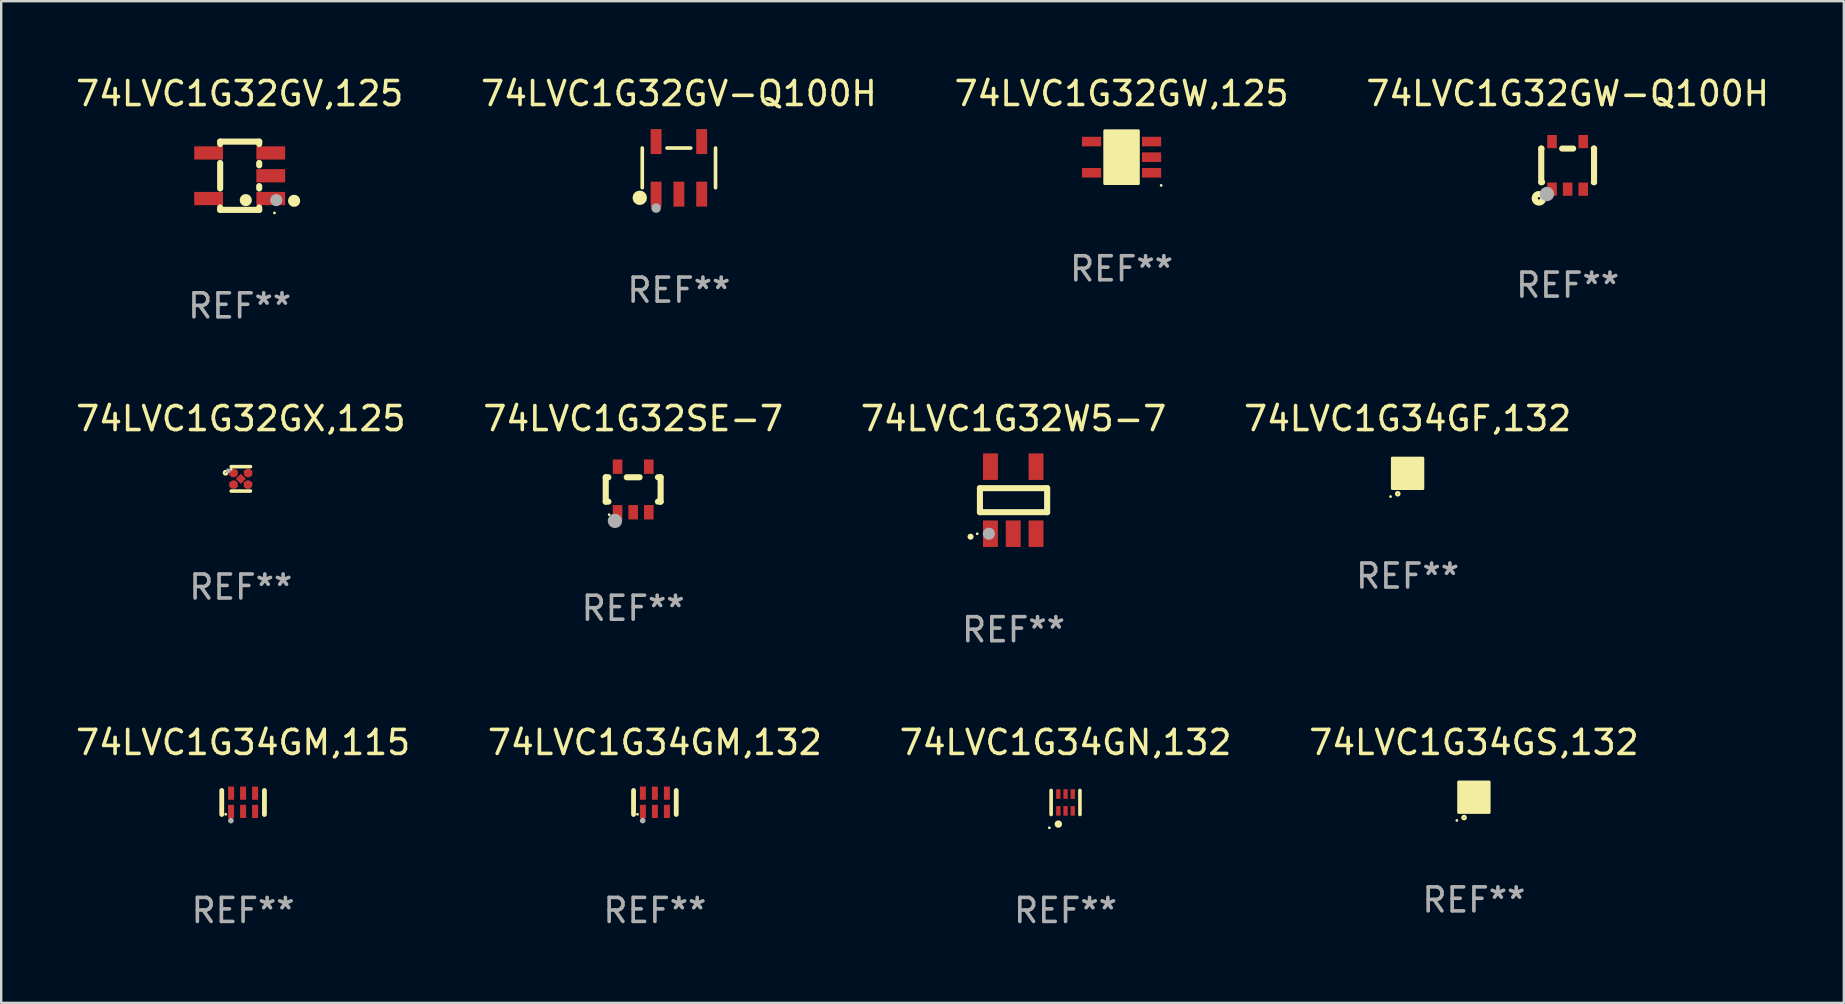
<source format=kicad_pcb>
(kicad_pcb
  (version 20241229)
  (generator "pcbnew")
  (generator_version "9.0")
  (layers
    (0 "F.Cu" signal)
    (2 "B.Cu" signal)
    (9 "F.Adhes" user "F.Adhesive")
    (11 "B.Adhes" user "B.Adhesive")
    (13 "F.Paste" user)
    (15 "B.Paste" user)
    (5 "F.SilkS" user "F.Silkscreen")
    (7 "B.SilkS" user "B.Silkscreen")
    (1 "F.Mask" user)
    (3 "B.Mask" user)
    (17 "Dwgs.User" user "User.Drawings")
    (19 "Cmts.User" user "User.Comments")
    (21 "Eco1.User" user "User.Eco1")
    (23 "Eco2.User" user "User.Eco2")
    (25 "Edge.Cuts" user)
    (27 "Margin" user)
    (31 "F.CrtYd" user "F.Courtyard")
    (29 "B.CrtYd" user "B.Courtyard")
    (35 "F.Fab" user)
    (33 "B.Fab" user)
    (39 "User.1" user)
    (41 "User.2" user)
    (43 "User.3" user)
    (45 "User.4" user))
  (footprint "74LVC1G34GS,132"
    (layer "F.Cu")
    (at 58.351 30.16)
    (property "Reference" "74LVC1G34GS,132" (at 0 -2.28 0) (layer "F.SilkS") (effects (font (size 1 1) (thickness 0.15))))
    (attr through_hole)
    (fp_circle (center -0.71 0.968) (end -0.68 0.968) (stroke (width 0.06) (type solid)) (fill no) (layer "F.SilkS"))
    (fp_circle (center -0.41 0.85) (end -0.342 0.85) (stroke (width 0.1) (type solid)) (fill no) (layer "F.SilkS"))
    (fp_poly (pts (xy -0.635 -0.635) (xy 0.635 -0.635) (xy 0.635 0.635) (xy -0.635 0.635)) (stroke (width 0.12) (type solid)) (fill yes) (layer "F.SilkS"))
    (fp_text user "REF**" (at 0 4.28 0) (layer "F.Fab") (effects (font (size 1 1) (thickness 0.15))))
    (pad "1" smd rect (at -0.35 0.28 90) (size 0.35 0.2) (layers "F.Cu" "F.Mask" "F.Paste"))
    (pad "2" smd rect (at 0 0.28 90) (size 0.35 0.2) (layers "F.Cu" "F.Mask" "F.Paste"))
    (pad "3" smd rect (at 0.35 0.28 90) (size 0.35 0.2) (layers "F.Cu" "F.Mask" "F.Paste"))
    (pad "4" smd rect (at 0.35 -0.28 90) (size 0.35 0.2) (layers "F.Cu" "F.Mask" "F.Paste"))
    (pad "5" smd rect (at 0 -0.28 90) (size 0.35 0.2) (layers "F.Cu" "F.Mask" "F.Paste"))
    (pad "6" smd rect (at -0.35 -0.28 90) (size 0.35 0.2) (layers "F.Cu" "F.Mask" "F.Paste")))
  (footprint "74LVC1G34GM,115"
    (layer "F.Cu")
    (at 7.077 30.38)
    (property "Reference" "74LVC1G34GM,115" (at 0 -2.5 0) (layer "F.SilkS") (effects (font (size 1 1) (thickness 0.15))))
    (attr through_hole)
    (fp_line (start -0.889 0.5) (end -0.889 -0.5) (stroke (width 0.2) (type solid)) (layer "F.SilkS"))
    (fp_line (start 0.889 0.5) (end 0.889 -0.5) (stroke (width 0.2) (type solid)) (layer "F.SilkS"))
    (fp_circle (center -0.725 0.492) (end -0.695 0.492) (stroke (width 0.06) (type solid)) (fill no) (layer "F.SilkS"))
    (fp_circle (center -0.508 0.754) (end -0.448 0.754) (stroke (width 0.12) (type solid)) (fill no) (layer "F.Fab"))
    (fp_text user "REF**" (at 0 4.5 0) (layer "F.Fab") (effects (font (size 1 1) (thickness 0.15))))
    (pad "1" smd rect (at -0.5 0.372) (size 0.25 0.55) (layers "F.Cu" "F.Mask" "F.Paste"))
    (pad "2" smd rect (at -0.000127 0.372) (size 0.25 0.55) (layers "F.Cu" "F.Mask" "F.Paste"))
    (pad "3" smd rect (at 0.5 0.372) (size 0.25 0.55) (layers "F.Cu" "F.Mask" "F.Paste"))
    (pad "4" smd rect (at 0.5 -0.388 180) (size 0.25 0.55) (layers "F.Cu" "F.Mask" "F.Paste"))
    (pad "5" smd rect (at -0.000127 -0.388 180) (size 0.25 0.55) (layers "F.Cu" "F.Mask" "F.Paste"))
    (pad "6" smd rect (at -0.5 -0.388 180) (size 0.25 0.55) (layers "F.Cu" "F.Mask" "F.Paste")))
  (footprint "74LVC1G32GV,125"
    (layer "F.Cu")
    (at 6.935 4.271)
    (property "Reference" "74LVC1G32GV,125" (at 0 -3.422 0) (layer "F.SilkS") (effects (font (size 1 1) (thickness 0.15))))
    (attr through_hole)
    (fp_line (start -0.813 -1.422) (end 0.813 -1.422) (stroke (width 0.254) (type solid)) (layer "F.SilkS"))
    (fp_line (start -0.813 -1.321) (end -0.813 -1.422) (stroke (width 0.254) (type solid)) (layer "F.SilkS"))
    (fp_line (start -0.813 0.533) (end -0.813 -0.533) (stroke (width 0.254) (type solid)) (layer "F.SilkS"))
    (fp_line (start -0.813 1.422) (end -0.813 1.321) (stroke (width 0.254) (type solid)) (layer "F.SilkS"))
    (fp_line (start 0.813 -1.422) (end 0.813 -1.321) (stroke (width 0.254) (type solid)) (layer "F.SilkS"))
    (fp_line (start 0.813 -0.533) (end 0.813 -0.432) (stroke (width 0.254) (type solid)) (layer "F.SilkS"))
    (fp_line (start 0.813 0.432) (end 0.813 0.533) (stroke (width 0.254) (type solid)) (layer "F.SilkS"))
    (fp_line (start 0.813 1.321) (end 0.813 1.422) (stroke (width 0.254) (type solid)) (layer "F.SilkS"))
    (fp_line (start 0.813 1.422) (end -0.813 1.422) (stroke (width 0.254) (type solid)) (layer "F.SilkS"))
    (fp_circle (center 0.254 1.016) (end 0.381 1.016) (stroke (width 0.254) (type solid)) (fill no) (layer "F.SilkS"))
    (fp_circle (center 1.45 1.55) (end 1.48 1.55) (stroke (width 0.06) (type solid)) (fill no) (layer "F.SilkS"))
    (fp_circle (center 2.267 1.044) (end 2.394 1.044) (stroke (width 0.254) (type solid)) (fill no) (layer "F.SilkS"))
    (fp_circle (center 1.524 1.016) (end 1.651 1.016) (stroke (width 0.254) (type solid)) (fill no) (layer "F.Fab"))
    (fp_text user "REF**" (at 0 5.422 0) (layer "F.Fab") (effects (font (size 1 1) (thickness 0.15))))
    (pad "1" smd rect (at 1.295 0.95 90) (size 0.551 1.199) (layers "F.Cu" "F.Mask" "F.Paste"))
    (pad "2" smd rect (at 1.295 0 90) (size 0.551 1.199) (layers "F.Cu" "F.Mask" "F.Paste"))
    (pad "3" smd rect (at 1.295 -0.95 90) (size 0.551 1.199) (layers "F.Cu" "F.Mask" "F.Paste"))
    (pad "4" smd rect (at -1.295 -0.95 90) (size 0.551 1.199) (layers "F.Cu" "F.Mask" "F.Paste"))
    (pad "5" smd rect (at -1.295 0.95 90) (size 0.551 1.199) (layers "F.Cu" "F.Mask" "F.Paste")))
  (footprint "74LVC1G32GV-Q100H"
    (layer "F.Cu")
    (at 25.232 3.943)
    (property "Reference" "74LVC1G32GV-Q100H" (at 0 -3.095 0) (layer "F.SilkS") (effects (font (size 1 1) (thickness 0.15))))
    (attr through_hole)
    (fp_line (start -1.526 0.826) (end -1.526 -0.826) (stroke (width 0.152) (type solid)) (layer "F.SilkS"))
    (fp_line (start 0.494 -0.826) (end -0.494 -0.826) (stroke (width 0.152) (type solid)) (layer "F.SilkS"))
    (fp_line (start 1.526 0.826) (end 1.526 -0.826) (stroke (width 0.152) (type solid)) (layer "F.SilkS"))
    (fp_circle (center -1.63 1.247) (end -1.48 1.247) (stroke (width 0.3) (type solid)) (fill no) (layer "F.SilkS"))
    (fp_circle (center -1.45 1.375) (end -1.42 1.375) (stroke (width 0.06) (type solid)) (fill no) (layer "F.SilkS"))
    (fp_circle (center -0.95 1.675) (end -0.85 1.675) (stroke (width 0.2) (type solid)) (fill no) (layer "F.Fab"))
    (fp_text user "REF**" (at 0 5.095 0) (layer "F.Fab") (effects (font (size 1 1) (thickness 0.15))))
    (pad "1" smd rect (at -0.95 1.095) (size 0.455 1.04) (layers "F.Cu" "F.Mask" "F.Paste"))
    (pad "2" smd rect (at 0 1.095) (size 0.455 1.04) (layers "F.Cu" "F.Mask" "F.Paste"))
    (pad "3" smd rect (at 0.95 1.095) (size 0.455 1.04) (layers "F.Cu" "F.Mask" "F.Paste"))
    (pad "4" smd rect (at 0.95 -1.095) (size 0.455 1.04) (layers "F.Cu" "F.Mask" "F.Paste"))
    (pad "5" smd rect (at -0.95 -1.095) (size 0.455 1.04) (layers "F.Cu" "F.Mask" "F.Paste")))
  (footprint "74LVC1G34GM,132"
    (layer "F.Cu")
    (at 24.232 30.38)
    (property "Reference" "74LVC1G34GM,132" (at 0 -2.5 0) (layer "F.SilkS") (effects (font (size 1 1) (thickness 0.15))))
    (attr through_hole)
    (fp_line (start -0.889 0.5) (end -0.889 -0.5) (stroke (width 0.2) (type solid)) (layer "F.SilkS"))
    (fp_line (start 0.889 0.5) (end 0.889 -0.5) (stroke (width 0.2) (type solid)) (layer "F.SilkS"))
    (fp_circle (center -0.725 0.492) (end -0.695 0.492) (stroke (width 0.06) (type solid)) (fill no) (layer "F.SilkS"))
    (fp_circle (center -0.508 0.754) (end -0.448 0.754) (stroke (width 0.12) (type solid)) (fill no) (layer "F.Fab"))
    (fp_text user "REF**" (at 0 4.5 0) (layer "F.Fab") (effects (font (size 1 1) (thickness 0.15))))
    (pad "1" smd rect (at -0.5 0.372) (size 0.25 0.55) (layers "F.Cu" "F.Mask" "F.Paste"))
    (pad "2" smd rect (at -0.000127 0.372) (size 0.25 0.55) (layers "F.Cu" "F.Mask" "F.Paste"))
    (pad "3" smd rect (at 0.5 0.372) (size 0.25 0.55) (layers "F.Cu" "F.Mask" "F.Paste"))
    (pad "4" smd rect (at 0.5 -0.388 180) (size 0.25 0.55) (layers "F.Cu" "F.Mask" "F.Paste"))
    (pad "5" smd rect (at -0.000127 -0.388 180) (size 0.25 0.55) (layers "F.Cu" "F.Mask" "F.Paste"))
    (pad "6" smd rect (at -0.5 -0.388 180) (size 0.25 0.55) (layers "F.Cu" "F.Mask" "F.Paste")))
  (footprint "74LVC1G34GN,132"
    (layer "F.Cu")
    (at 41.339 30.38)
    (property "Reference" "74LVC1G34GN,132" (at 0 -2.5 0) (layer "F.SilkS") (effects (font (size 1 1) (thickness 0.15))))
    (attr through_hole)
    (fp_line (start -0.6 -0.5) (end -0.6 0.5) (stroke (width 0.15) (type solid)) (layer "F.SilkS"))
    (fp_line (start 0.6 0.5) (end 0.6 -0.5) (stroke (width 0.15) (type solid)) (layer "F.SilkS"))
    (fp_circle (center -0.675 1.055) (end -0.645 1.055) (stroke (width 0.06) (type solid)) (fill no) (layer "F.SilkS"))
    (fp_circle (center -0.3 0.9) (end -0.22 0.9) (stroke (width 0.15) (type solid)) (fill no) (layer "F.SilkS"))
    (fp_text user "REF**" (at 0 4.5 0) (layer "F.Fab") (effects (font (size 1 1) (thickness 0.15))))
    (pad "1" smd rect (at -0.3 0.35) (size 0.18 0.4) (layers "F.Cu" "F.Mask" "F.Paste"))
    (pad "2" smd rect (at 0.000025 0.35) (size 0.18 0.4) (layers "F.Cu" "F.Mask" "F.Paste"))
    (pad "3" smd rect (at 0.3 0.35) (size 0.18 0.4) (layers "F.Cu" "F.Mask" "F.Paste"))
    (pad "4" smd rect (at 0.3 -0.35) (size 0.18 0.4) (layers "F.Cu" "F.Mask" "F.Paste"))
    (pad "5" smd rect (at 0.000025 -0.35) (size 0.18 0.4) (layers "F.Cu" "F.Mask" "F.Paste"))
    (pad "6" smd rect (at -0.3 -0.35) (size 0.18 0.4) (layers "F.Cu" "F.Mask" "F.Paste")))
  (footprint "74LVC1G32GW-Q100H"
    (layer "F.Cu")
    (at 62.256 3.839)
    (property "Reference" "74LVC1G32GW-Q100H" (at 0 -2.991 0) (layer "F.SilkS") (effects (font (size 1 1) (thickness 0.15))))
    (attr through_hole)
    (fp_line (start -1.1 -0.7) (end -1.1 0.7) (stroke (width 0.254) (type solid)) (layer "F.SilkS"))
    (fp_line (start -1.1 -0.7) (end -1.09 -0.7) (stroke (width 0.254) (type solid)) (layer "F.SilkS"))
    (fp_line (start -1.1 0.7) (end -1.065 0.7) (stroke (width 0.254) (type solid)) (layer "F.SilkS"))
    (fp_line (start -0.23 -0.7) (end 0.23 -0.7) (stroke (width 0.254) (type solid)) (layer "F.SilkS"))
    (fp_line (start 1.09 -0.7) (end 1.1 -0.7) (stroke (width 0.254) (type solid)) (layer "F.SilkS"))
    (fp_line (start 1.09 0.7) (end 1.1 0.7) (stroke (width 0.254) (type solid)) (layer "F.SilkS"))
    (fp_line (start 1.1 -0.7) (end 1.1 0.7) (stroke (width 0.254) (type solid)) (layer "F.SilkS"))
    (fp_circle (center -1.194 1.372) (end -1.143 1.372) (stroke (width 0.254) (type solid)) (fill no) (layer "F.SilkS"))
    (fp_circle (center -1.05 1.063) (end -1.02 1.063) (stroke (width 0.06) (type solid)) (fill no) (layer "F.SilkS"))
    (fp_circle (center -0.864 1.194) (end -0.713 1.194) (stroke (width 0.3) (type solid)) (fill no) (layer "F.Fab"))
    (fp_text user "REF**" (at 0 4.991 0) (layer "F.Fab") (effects (font (size 1 1) (thickness 0.15))))
    (pad "1" smd rect (at -0.65 0.991 180) (size 0.399 0.551) (layers "F.Cu" "F.Mask" "F.Paste"))
    (pad "2" smd rect (at 0 0.991 180) (size 0.399 0.551) (layers "F.Cu" "F.Mask" "F.Paste"))
    (pad "3" smd rect (at 0.65 0.991 180) (size 0.399 0.551) (layers "F.Cu" "F.Mask" "F.Paste"))
    (pad "4" smd rect (at 0.65 -0.991 180) (size 0.399 0.551) (layers "F.Cu" "F.Mask" "F.Paste"))
    (pad "5" smd rect (at -0.65 -0.991 180) (size 0.399 0.551) (layers "F.Cu" "F.Mask" "F.Paste")))
  (footprint "74LVC1G32GX,125"
    (layer "F.Cu")
    (at 6.982 16.898)
    (property "Reference" "74LVC1G32GX,125" (at 0 -2.508 0) (layer "F.SilkS") (effects (font (size 1 1) (thickness 0.15))))
    (attr through_hole)
    (fp_line (start 0.4 -0.508) (end -0.4 -0.508) (stroke (width 0.15) (type solid)) (layer "F.SilkS"))
    (fp_line (start 0.4 0.508) (end -0.4 0.508) (stroke (width 0.15) (type solid)) (layer "F.SilkS"))
    (fp_circle (center -0.635 -0.254) (end -0.615 -0.254) (stroke (width 0.1) (type solid)) (fill no) (layer "F.SilkS"))
    (fp_circle (center -0.401 -0.4) (end -0.371 -0.4) (stroke (width 0.06) (type solid)) (fill no) (layer "F.SilkS"))
    (fp_circle (center -0.523 -0.337) (end -0.473 -0.337) (stroke (width 0.1) (type solid)) (fill no) (layer "F.Fab"))
    (fp_text user "REF**" (at 0 4.508 0) (layer "F.Fab") (effects (font (size 1 1) (thickness 0.15))))
    (pad "1" smd custom (at -0.3 -0.24) (size 0.36 0.22) (layers "F.Cu" "F.Mask" "F.Paste") (options (anchor circle)) (primitives (gr_poly (pts (xy -0.18 -0.11) (xy -0.18 0.11) (xy 0.000127 0.11) (xy 0.18 -0.03) (xy 0.18 -0.11) (xy -0.18 -0.11)) (width 0) (fill yes))))
    (pad "2" smd custom (at -0.3 0.24) (size 0.36 0.22) (layers "F.Cu" "F.Mask" "F.Paste") (options (anchor circle)) (primitives (gr_poly (pts (xy -0.18 0.11) (xy -0.18 -0.11) (xy 0.000127 -0.11) (xy 0.18 0.03) (xy 0.18 0.11) (xy -0.18 0.11)) (width 0) (fill yes))))
    (pad "3" smd rect (at 0.000102 -0.000127 45) (size 0.3 0.3) (layers "F.Cu" "F.Mask" "F.Paste"))
    (pad "4" smd custom (at 0.3 0.24 180) (size 0.36 0.22) (layers "F.Cu" "F.Mask" "F.Paste") (options (anchor circle)) (primitives (gr_poly (pts (xy 0.18 0.11) (xy 0.18 -0.11) (xy -0.000178 -0.11) (xy -0.18 0.03) (xy -0.18 0.11) (xy 0.18 0.11)) (width 0) (fill yes))))
    (pad "5" smd custom (at 0.3 -0.24) (size 0.36 0.22) (layers "F.Cu" "F.Mask" "F.Paste") (options (anchor circle)) (primitives (gr_poly (pts (xy 0.18 -0.11) (xy 0.18 0.11) (xy -0.000152 0.11) (xy -0.18 -0.03) (xy -0.18 -0.11) (xy 0.18 -0.11)) (width 0) (fill yes)))))
  (footprint "74LVC1G32SE-7"
    (layer "F.Cu")
    (at 23.327 17.34)
    (property "Reference" "74LVC1G32SE-7" (at 0 -2.95 0) (layer "F.SilkS") (effects (font (size 1 1) (thickness 0.15))))
    (attr through_hole)
    (fp_line (start -1.143 -0.508) (end -1.032 -0.508) (stroke (width 0.254) (type solid)) (layer "F.SilkS"))
    (fp_line (start -1.143 0.508) (end -1.143 -0.508) (stroke (width 0.254) (type solid)) (layer "F.SilkS"))
    (fp_line (start -1.032 0.508) (end -1.143 0.508) (stroke (width 0.254) (type solid)) (layer "F.SilkS"))
    (fp_line (start -0.268 -0.508) (end 0.268 -0.508) (stroke (width 0.254) (type solid)) (layer "F.SilkS"))
    (fp_line (start 1.032 -0.508) (end 1.143 -0.508) (stroke (width 0.254) (type solid)) (layer "F.SilkS"))
    (fp_line (start 1.143 -0.508) (end 1.143 0.508) (stroke (width 0.254) (type solid)) (layer "F.SilkS"))
    (fp_line (start 1.143 0.508) (end 1.032 0.508) (stroke (width 0.254) (type solid)) (layer "F.SilkS"))
    (fp_circle (center -1 1.05) (end -0.97 1.05) (stroke (width 0.06) (type solid)) (fill no) (layer "F.SilkS"))
    (fp_circle (center -0.759 1.309) (end -0.609 1.309) (stroke (width 0.3) (type solid)) (fill no) (layer "F.Fab"))
    (fp_text user "REF**" (at 0 4.95 0) (layer "F.Fab") (effects (font (size 1 1) (thickness 0.15))))
    (pad "1" smd rect (at -0.65 0.95 180) (size 0.4 0.6) (layers "F.Cu" "F.Mask" "F.Paste"))
    (pad "2" smd rect (at 0 0.95 180) (size 0.4 0.6) (layers "F.Cu" "F.Mask" "F.Paste"))
    (pad "3" smd rect (at 0.65 0.95 180) (size 0.4 0.6) (layers "F.Cu" "F.Mask" "F.Paste"))
    (pad "4" smd rect (at 0.65 -0.95 180) (size 0.4 0.6) (layers "F.Cu" "F.Mask" "F.Paste"))
    (pad "5" smd rect (at -0.65 -0.95 180) (size 0.4 0.6) (layers "F.Cu" "F.Mask" "F.Paste")))
  (footprint "74LVC1G32GW,125"
    (layer "F.Cu")
    (at 43.673 3.498)
    (property "Reference" "74LVC1G32GW,125" (at 0 -2.65 0) (layer "F.SilkS") (effects (font (size 1 1) (thickness 0.15))))
    (attr through_hole)
    (fp_arc (start 0.381001 0.637541) (mid 0.380995 0.636271) (end 0.381001 0.635001) (stroke (width 0.24892) (type solid)) (layer "F.SilkS"))
    (fp_circle (center 1.65 1.175) (end 1.68 1.175) (stroke (width 0.06) (type solid)) (fill no) (layer "F.SilkS"))
    (fp_poly (pts (xy -0.7 -1.1) (xy 0.7 -1.1) (xy 0.7 1.1) (xy -0.7 1.1)) (stroke (width 0.12) (type solid)) (fill yes) (layer "F.SilkS"))
    (fp_text user "REF**" (at 0 4.65 0) (layer "F.Fab") (effects (font (size 1 1) (thickness 0.15))))
    (pad "1" smd rect (at 1.25 0.65 270) (size 0.4 0.8) (layers "F.Cu" "F.Mask" "F.Paste"))
    (pad "2" smd rect (at 1.25 0 270) (size 0.4 0.8) (layers "F.Cu" "F.Mask" "F.Paste"))
    (pad "3" smd rect (at 1.25 -0.65 270) (size 0.4 0.8) (layers "F.Cu" "F.Mask" "F.Paste"))
    (pad "4" smd rect (at -1.25 -0.65 270) (size 0.4 0.8) (layers "F.Cu" "F.Mask" "F.Paste"))
    (pad "5" smd rect (at -1.25 0.65 270) (size 0.4 0.8) (layers "F.Cu" "F.Mask" "F.Paste")))
  (footprint "74LVC1G34GF,132"
    (layer "F.Cu")
    (at 55.589 16.669)
    (property "Reference" "74LVC1G34GF,132" (at 0 -2.28 0) (layer "F.SilkS") (effects (font (size 1 1) (thickness 0.15))))
    (attr through_hole)
    (fp_circle (center -0.71 0.968) (end -0.68 0.968) (stroke (width 0.06) (type solid)) (fill no) (layer "F.SilkS"))
    (fp_circle (center -0.41 0.85) (end -0.342 0.85) (stroke (width 0.1) (type solid)) (fill no) (layer "F.SilkS"))
    (fp_poly (pts (xy -0.635 -0.635) (xy 0.635 -0.635) (xy 0.635 0.635) (xy -0.635 0.635)) (stroke (width 0.12) (type solid)) (fill yes) (layer "F.SilkS"))
    (fp_text user "REF**" (at 0 4.28 0) (layer "F.Fab") (effects (font (size 1 1) (thickness 0.15))))
    (pad "1" smd rect (at -0.35 0.28 90) (size 0.35 0.2) (layers "F.Cu" "F.Mask" "F.Paste"))
    (pad "2" smd rect (at 0 0.28 90) (size 0.35 0.2) (layers "F.Cu" "F.Mask" "F.Paste"))
    (pad "3" smd rect (at 0.35 0.28 90) (size 0.35 0.2) (layers "F.Cu" "F.Mask" "F.Paste"))
    (pad "4" smd rect (at 0.35 -0.28 90) (size 0.35 0.2) (layers "F.Cu" "F.Mask" "F.Paste"))
    (pad "5" smd rect (at 0 -0.28 90) (size 0.35 0.2) (layers "F.Cu" "F.Mask" "F.Paste"))
    (pad "6" smd rect (at -0.35 -0.28 90) (size 0.35 0.2) (layers "F.Cu" "F.Mask" "F.Paste")))
  (footprint "74LVC1G32W5-7"
    (layer "F.Cu")
    (at 39.173 17.787)
    (property "Reference" "74LVC1G32W5-7" (at 0 -3.397 0) (layer "F.SilkS") (effects (font (size 1 1) (thickness 0.15))))
    (attr through_hole)
    (fp_line (start -1.4 -0.5) (end 1.4 -0.5) (stroke (width 0.254) (type solid)) (layer "F.SilkS"))
    (fp_line (start -1.4 0.5) (end -1.4 -0.5) (stroke (width 0.254) (type solid)) (layer "F.SilkS"))
    (fp_line (start 1.4 -0.5) (end 1.4 0.5) (stroke (width 0.254) (type solid)) (layer "F.SilkS"))
    (fp_line (start 1.4 0.5) (end -1.4 0.5) (stroke (width 0.254) (type solid)) (layer "F.SilkS"))
    (fp_arc (start -1.791948 1.521463) (mid -1.790678 1.521457) (end -1.789408 1.521463) (stroke (width 0.24892) (type solid)) (layer "F.SilkS"))
    (fp_circle (center -1.513 1.4) (end -1.483 1.4) (stroke (width 0.06) (type solid)) (fill no) (layer "F.SilkS"))
    (fp_circle (center -1.029 1.397) (end -0.902 1.397) (stroke (width 0.254) (type solid)) (fill no) (layer "F.Fab"))
    (fp_text user "REF**" (at 0 5.397 0) (layer "F.Fab") (effects (font (size 1 1) (thickness 0.15))))
    (pad "1" smd rect (at -0.963 1.397) (size 0.622 1.105) (layers "F.Cu" "F.Mask" "F.Paste"))
    (pad "2" smd rect (at -0.013 1.397) (size 0.622 1.105) (layers "F.Cu" "F.Mask" "F.Paste"))
    (pad "3" smd rect (at 0.937 1.397) (size 0.622 1.105) (layers "F.Cu" "F.Mask" "F.Paste"))
    (pad "4" smd rect (at 0.937 -1.397) (size 0.622 1.105) (layers "F.Cu" "F.Mask" "F.Paste"))
    (pad "5" smd rect (at -0.963 -1.397) (size 0.622 1.105) (layers "F.Cu" "F.Mask" "F.Paste")))
  (gr_rect
    (start -3 -3)
    (end 73.762 38.728)
    (stroke (width 0.1) (type default))
    (fill no)
    (layer "Edge.Cuts")))
</source>
